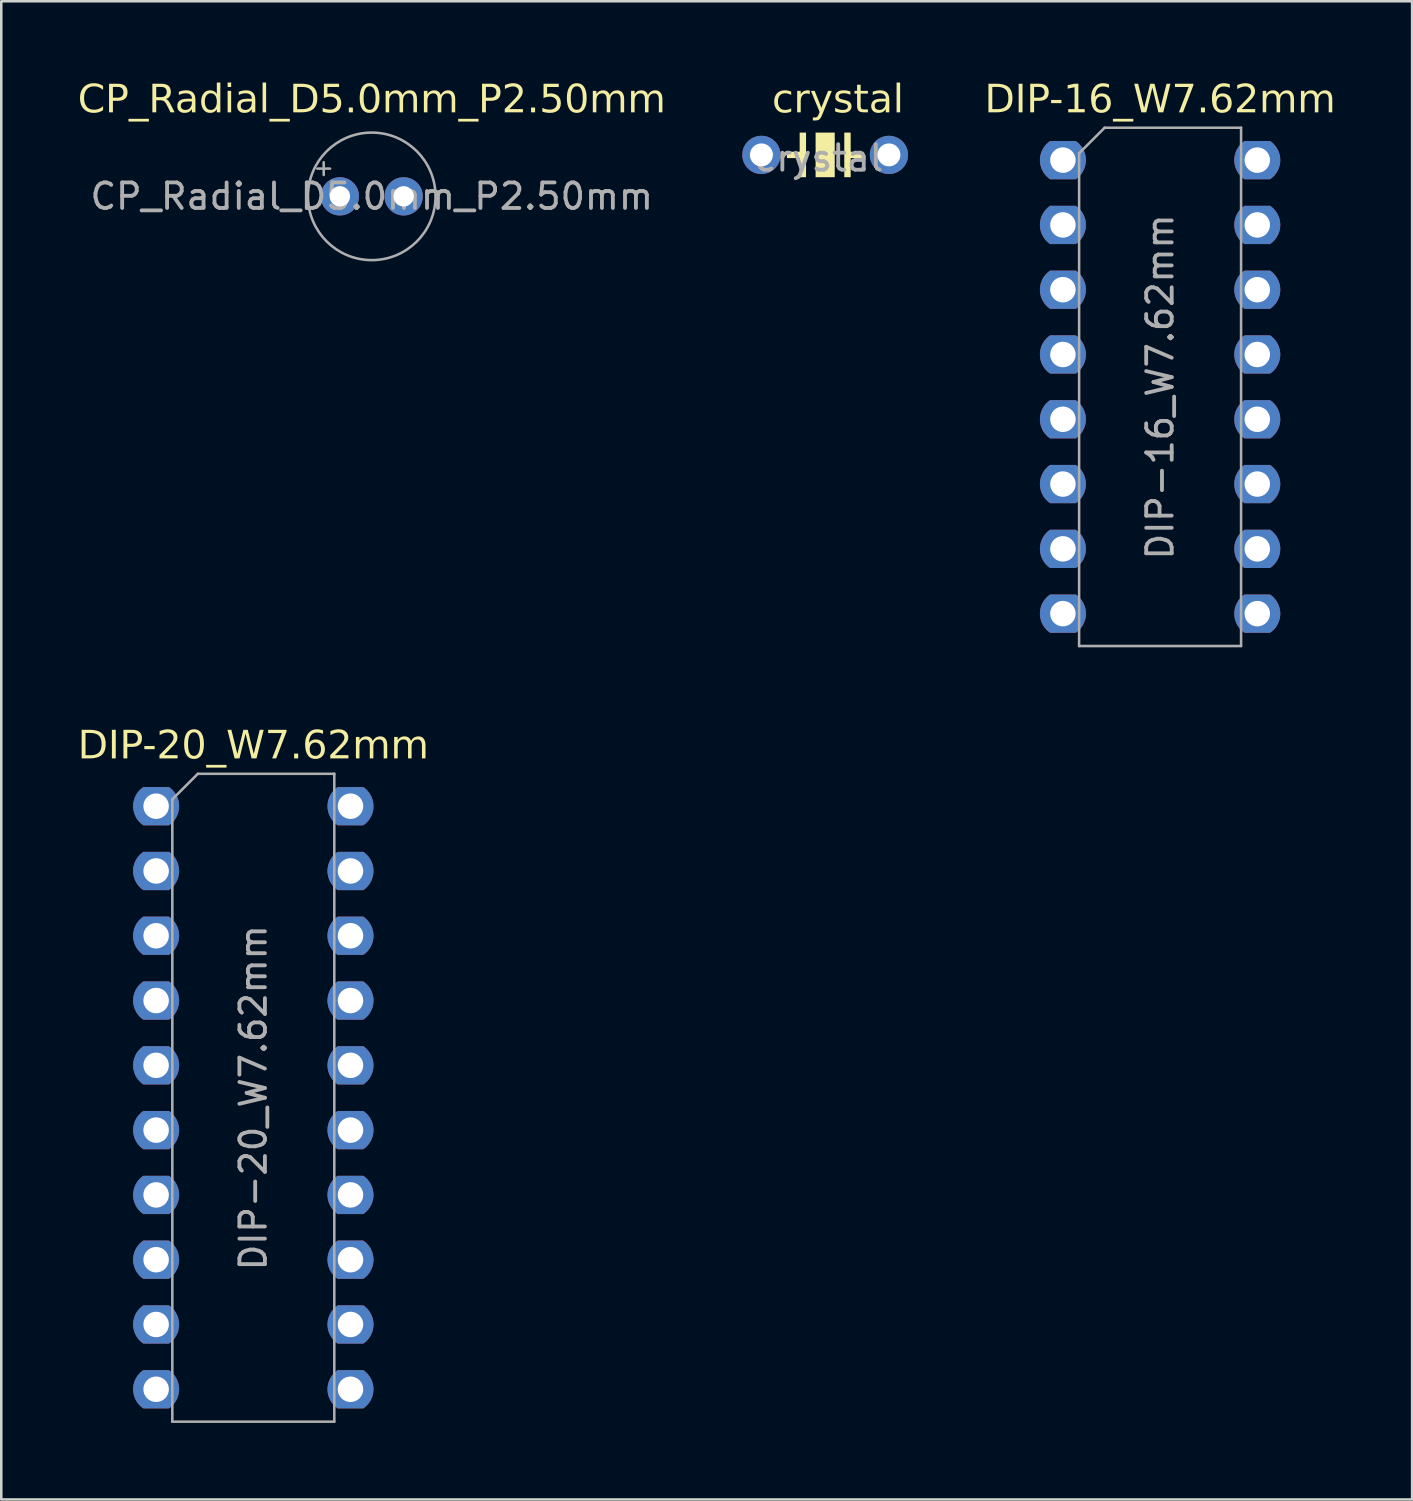
<source format=kicad_pcb>
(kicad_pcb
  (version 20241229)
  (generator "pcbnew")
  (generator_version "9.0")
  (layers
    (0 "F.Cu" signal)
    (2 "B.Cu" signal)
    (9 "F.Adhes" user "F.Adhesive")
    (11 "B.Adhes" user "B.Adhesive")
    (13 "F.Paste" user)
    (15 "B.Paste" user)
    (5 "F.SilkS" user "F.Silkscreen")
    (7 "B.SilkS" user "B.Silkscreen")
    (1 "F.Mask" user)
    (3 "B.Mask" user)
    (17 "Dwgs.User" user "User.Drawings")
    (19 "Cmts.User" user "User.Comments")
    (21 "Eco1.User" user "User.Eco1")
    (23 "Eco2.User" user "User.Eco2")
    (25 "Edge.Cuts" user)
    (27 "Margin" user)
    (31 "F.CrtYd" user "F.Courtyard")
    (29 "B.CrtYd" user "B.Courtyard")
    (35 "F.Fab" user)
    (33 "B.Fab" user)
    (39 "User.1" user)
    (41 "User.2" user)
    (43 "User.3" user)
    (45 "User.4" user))
  (footprint "DIP-16_W7.62mm"
    (layer "F.Cu")
    (at 38.622 3.228)
    (property "Reference" "DIP-16_W7.62mm" (at 3.81 -2.33 0) (layer "F.SilkS") (effects (font (face "FMD_PCB") (size 1.1 1.1) (thickness 0.15))))
    (attr through_hole)
    (fp_line (start 0.635 -0.27) (end 1.635 -1.27) (stroke (width 0.1) (type solid)) (layer "F.Fab"))
    (fp_line (start 0.635 19.05) (end 0.635 -0.27) (stroke (width 0.1) (type solid)) (layer "F.Fab"))
    (fp_line (start 1.635 -1.27) (end 6.985 -1.27) (stroke (width 0.1) (type solid)) (layer "F.Fab"))
    (fp_line (start 6.985 -1.27) (end 6.985 19.05) (stroke (width 0.1) (type solid)) (layer "F.Fab"))
    (fp_line (start 6.985 19.05) (end 0.635 19.05) (stroke (width 0.1) (type solid)) (layer "F.Fab"))
    (fp_text user "${REFERENCE}" (at 3.81 8.89 90) (layer "F.Fab") (effects (font (size 1 1) (thickness 0.15))))
    (pad "1" thru_hole custom (at 0 0) (size 1.5 1.5) (drill 1) (layers "*.Cu" "*.Mask") (options (anchor circle)) (primitives (gr_poly (pts (arc (start 0.5 0.75) (mid 0.901388 0) (end 0.5 -0.75)) (arc (start -0.5 -0.75) (mid -0.901388 0) (end -0.5 0.75))) (width 0) (fill yes))))
    (pad "2" thru_hole custom (at 0 2.54) (size 1.5 1.5) (drill 1) (layers "*.Cu" "*.Mask") (options (anchor circle)) (primitives (gr_poly (pts (arc (start 0.5 0.75) (mid 0.901388 0) (end 0.5 -0.75)) (arc (start -0.5 -0.75) (mid -0.901388 0) (end -0.5 0.75))) (width 0) (fill yes))))
    (pad "3" thru_hole custom (at 0 5.08) (size 1.5 1.5) (drill 1) (layers "*.Cu" "*.Mask") (options (anchor circle)) (primitives (gr_poly (pts (arc (start 0.5 0.75) (mid 0.901388 0) (end 0.5 -0.75)) (arc (start -0.5 -0.75) (mid -0.901388 0) (end -0.5 0.75))) (width 0) (fill yes))))
    (pad "4" thru_hole custom (at 0 7.62) (size 1.5 1.5) (drill 1) (layers "*.Cu" "*.Mask") (options (anchor circle)) (primitives (gr_poly (pts (arc (start 0.5 0.75) (mid 0.901388 0) (end 0.5 -0.75)) (arc (start -0.5 -0.75) (mid -0.901388 0) (end -0.5 0.75))) (width 0) (fill yes))))
    (pad "5" thru_hole custom (at 0 10.16) (size 1.5 1.5) (drill 1) (layers "*.Cu" "*.Mask") (options (anchor circle)) (primitives (gr_poly (pts (arc (start 0.5 0.75) (mid 0.901388 0) (end 0.5 -0.75)) (arc (start -0.5 -0.75) (mid -0.901388 0) (end -0.5 0.75))) (width 0) (fill yes))))
    (pad "6" thru_hole custom (at 0 12.7) (size 1.5 1.5) (drill 1) (layers "*.Cu" "*.Mask") (options (anchor circle)) (primitives (gr_poly (pts (arc (start 0.5 0.75) (mid 0.901388 0) (end 0.5 -0.75)) (arc (start -0.5 -0.75) (mid -0.901388 0) (end -0.5 0.75))) (width 0) (fill yes))))
    (pad "7" thru_hole custom (at 0 15.24) (size 1.5 1.5) (drill 1) (layers "*.Cu" "*.Mask") (options (anchor circle)) (primitives (gr_poly (pts (arc (start 0.5 0.75) (mid 0.901388 0) (end 0.5 -0.75)) (arc (start -0.5 -0.75) (mid -0.901388 0) (end -0.5 0.75))) (width 0) (fill yes))))
    (pad "8" thru_hole custom (at 0 17.78) (size 1.5 1.5) (drill 1) (layers "*.Cu" "*.Mask") (options (anchor circle)) (primitives (gr_poly (pts (arc (start 0.5 0.75) (mid 0.901388 0) (end 0.5 -0.75)) (arc (start -0.5 -0.75) (mid -0.901388 0) (end -0.5 0.75))) (width 0) (fill yes))))
    (pad "9" thru_hole custom (at 7.62 17.78) (size 1.5 1.5) (drill 1) (layers "*.Cu" "*.Mask") (options (anchor circle)) (primitives (gr_poly (pts (arc (start 0.5 0.75) (mid 0.901388 0) (end 0.5 -0.75)) (arc (start -0.5 -0.75) (mid -0.901388 0) (end -0.5 0.75))) (width 0) (fill yes))))
    (pad "10" thru_hole custom (at 7.62 15.24) (size 1.5 1.5) (drill 1) (layers "*.Cu" "*.Mask") (options (anchor circle)) (primitives (gr_poly (pts (arc (start 0.5 0.75) (mid 0.901388 0) (end 0.5 -0.75)) (arc (start -0.5 -0.75) (mid -0.901388 0) (end -0.5 0.75))) (width 0) (fill yes))))
    (pad "11" thru_hole custom (at 7.62 12.7) (size 1.5 1.5) (drill 1) (layers "*.Cu" "*.Mask") (options (anchor circle)) (primitives (gr_poly (pts (arc (start 0.5 0.75) (mid 0.901388 0) (end 0.5 -0.75)) (arc (start -0.5 -0.75) (mid -0.901388 0) (end -0.5 0.75))) (width 0) (fill yes))))
    (pad "12" thru_hole custom (at 7.62 10.16) (size 1.5 1.5) (drill 1) (layers "*.Cu" "*.Mask") (options (anchor circle)) (primitives (gr_poly (pts (arc (start 0.5 0.75) (mid 0.901388 0) (end 0.5 -0.75)) (arc (start -0.5 -0.75) (mid -0.901388 0) (end -0.5 0.75))) (width 0) (fill yes))))
    (pad "13" thru_hole custom (at 7.62 7.62) (size 1.5 1.5) (drill 1) (layers "*.Cu" "*.Mask") (options (anchor circle)) (primitives (gr_poly (pts (arc (start 0.5 0.75) (mid 0.901388 0) (end 0.5 -0.75)) (arc (start -0.5 -0.75) (mid -0.901388 0) (end -0.5 0.75))) (width 0) (fill yes))))
    (pad "14" thru_hole custom (at 7.62 5.08) (size 1.5 1.5) (drill 1) (layers "*.Cu" "*.Mask") (options (anchor circle)) (primitives (gr_poly (pts (arc (start 0.5 0.75) (mid 0.901388 0) (end 0.5 -0.75)) (arc (start -0.5 -0.75) (mid -0.901388 0) (end -0.5 0.75))) (width 0) (fill yes))))
    (pad "15" thru_hole custom (at 7.62 2.54) (size 1.5 1.5) (drill 1) (layers "*.Cu" "*.Mask") (options (anchor circle)) (primitives (gr_poly (pts (arc (start 0.5 0.75) (mid 0.901388 0) (end 0.5 -0.75)) (arc (start -0.5 -0.75) (mid -0.901388 0) (end -0.5 0.75))) (width 0) (fill yes))))
    (pad "16" thru_hole custom (at 7.62 0) (size 1.5 1.5) (drill 1) (layers "*.Cu" "*.Mask") (options (anchor circle)) (primitives (gr_poly (pts (arc (start 0.5 0.75) (mid 0.901388 0) (end 0.5 -0.75)) (arc (start -0.5 -0.75) (mid -0.901388 0) (end -0.5 0.75))) (width 0) (fill yes)))))
  (footprint "CP_Radial_D5.0mm_P2.50mm"
    (layer "F.Cu")
    (at 10.275 4.648)
    (property "Reference" "CP_Radial_D5.0mm_P2.50mm" (at 1.25 -3.75 0) (layer "F.SilkS") (effects (font (face "FMD_PCB") (size 1.1 1.1) (thickness 0.15))))
    (attr through_hole)
    (fp_line (start -0.884 -1.087) (end -0.384 -1.087) (stroke (width 0.1) (type solid)) (layer "F.Fab"))
    (fp_line (start -0.634 -1.337) (end -0.634 -0.838) (stroke (width 0.1) (type solid)) (layer "F.Fab"))
    (fp_circle (center 1.25 0) (end 3.75 0) (stroke (width 0.1) (type solid)) (fill no) (layer "F.Fab"))
    (fp_text user "${REFERENCE}" (at 1.25 0 0) (layer "F.Fab") (effects (font (size 1 1) (thickness 0.15))))
    (pad "1" thru_hole circle (at 0 0) (size 1.5 1.5) (drill 0.8) (layers "*.Cu" "*.Mask"))
    (pad "2" thru_hole circle (at 2.5 0) (size 1.5 1.5) (drill 0.8) (layers "*.Cu" "*.Mask")))
  (footprint "DIP-20_W7.62mm"
    (layer "F.Cu")
    (at 3.071 28.557)
    (property "Reference" "DIP-20_W7.62mm" (at 3.81 -2.33 0) (layer "F.SilkS") (effects (font (face "FMD_PCB") (size 1.1 1.1) (thickness 0.15))))
    (attr through_hole)
    (fp_line (start 0.635 -0.27) (end 1.635 -1.27) (stroke (width 0.1) (type solid)) (layer "F.Fab"))
    (fp_line (start 0.635 24.13) (end 0.635 -0.27) (stroke (width 0.1) (type solid)) (layer "F.Fab"))
    (fp_line (start 1.635 -1.27) (end 6.985 -1.27) (stroke (width 0.1) (type solid)) (layer "F.Fab"))
    (fp_line (start 6.985 -1.27) (end 6.985 24.13) (stroke (width 0.1) (type solid)) (layer "F.Fab"))
    (fp_line (start 6.985 24.13) (end 0.635 24.13) (stroke (width 0.1) (type solid)) (layer "F.Fab"))
    (fp_text user "${REFERENCE}" (at 3.81 11.43 90) (layer "F.Fab") (effects (font (size 1 1) (thickness 0.15))))
    (pad "1" thru_hole custom (at 0 0) (size 1.5 1.5) (drill 1) (layers "*.Cu" "*.Mask") (options (anchor circle)) (primitives (gr_poly (pts (arc (start 0.5 0.75) (mid 0.901388 0) (end 0.5 -0.75)) (arc (start -0.5 -0.75) (mid -0.901388 0) (end -0.5 0.75))) (width 0) (fill yes))))
    (pad "2" thru_hole custom (at 0 2.54) (size 1.5 1.5) (drill 1) (layers "*.Cu" "*.Mask") (options (anchor circle)) (primitives (gr_poly (pts (arc (start 0.5 0.75) (mid 0.901388 0) (end 0.5 -0.75)) (arc (start -0.5 -0.75) (mid -0.901388 0) (end -0.5 0.75))) (width 0) (fill yes))))
    (pad "3" thru_hole custom (at 0 5.08) (size 1.5 1.5) (drill 1) (layers "*.Cu" "*.Mask") (options (anchor circle)) (primitives (gr_poly (pts (arc (start 0.5 0.75) (mid 0.901388 0) (end 0.5 -0.75)) (arc (start -0.5 -0.75) (mid -0.901388 0) (end -0.5 0.75))) (width 0) (fill yes))))
    (pad "4" thru_hole custom (at 0 7.62) (size 1.5 1.5) (drill 1) (layers "*.Cu" "*.Mask") (options (anchor circle)) (primitives (gr_poly (pts (arc (start 0.5 0.75) (mid 0.901388 0) (end 0.5 -0.75)) (arc (start -0.5 -0.75) (mid -0.901388 0) (end -0.5 0.75))) (width 0) (fill yes))))
    (pad "5" thru_hole custom (at 0 10.16) (size 1.5 1.5) (drill 1) (layers "*.Cu" "*.Mask") (options (anchor circle)) (primitives (gr_poly (pts (arc (start 0.5 0.75) (mid 0.901388 0) (end 0.5 -0.75)) (arc (start -0.5 -0.75) (mid -0.901388 0) (end -0.5 0.75))) (width 0) (fill yes))))
    (pad "6" thru_hole custom (at 0 12.7) (size 1.5 1.5) (drill 1) (layers "*.Cu" "*.Mask") (options (anchor circle)) (primitives (gr_poly (pts (arc (start 0.5 0.75) (mid 0.901388 0) (end 0.5 -0.75)) (arc (start -0.5 -0.75) (mid -0.901388 0) (end -0.5 0.75))) (width 0) (fill yes))))
    (pad "7" thru_hole custom (at 0 15.24) (size 1.5 1.5) (drill 1) (layers "*.Cu" "*.Mask") (options (anchor circle)) (primitives (gr_poly (pts (arc (start 0.5 0.75) (mid 0.901388 0) (end 0.5 -0.75)) (arc (start -0.5 -0.75) (mid -0.901388 0) (end -0.5 0.75))) (width 0) (fill yes))))
    (pad "8" thru_hole custom (at 0 17.78) (size 1.5 1.5) (drill 1) (layers "*.Cu" "*.Mask") (options (anchor circle)) (primitives (gr_poly (pts (arc (start 0.5 0.75) (mid 0.901388 0) (end 0.5 -0.75)) (arc (start -0.5 -0.75) (mid -0.901388 0) (end -0.5 0.75))) (width 0) (fill yes))))
    (pad "9" thru_hole custom (at 0 20.32) (size 1.5 1.5) (drill 1) (layers "*.Cu" "*.Mask") (options (anchor circle)) (primitives (gr_poly (pts (arc (start 0.5 0.75) (mid 0.901388 0) (end 0.5 -0.75)) (arc (start -0.5 -0.75) (mid -0.901388 0) (end -0.5 0.75))) (width 0) (fill yes))))
    (pad "10" thru_hole custom (at 0 22.86) (size 1.5 1.5) (drill 1) (layers "*.Cu" "*.Mask") (options (anchor circle)) (primitives (gr_poly (pts (arc (start 0.5 0.75) (mid 0.901388 0) (end 0.5 -0.75)) (arc (start -0.5 -0.75) (mid -0.901388 0) (end -0.5 0.75))) (width 0) (fill yes))))
    (pad "11" thru_hole custom (at 7.62 22.86) (size 1.5 1.5) (drill 1) (layers "*.Cu" "*.Mask") (options (anchor circle)) (primitives (gr_poly (pts (arc (start 0.5 0.75) (mid 0.901388 0) (end 0.5 -0.75)) (arc (start -0.5 -0.75) (mid -0.901388 0) (end -0.5 0.75))) (width 0) (fill yes))))
    (pad "12" thru_hole custom (at 7.62 20.32) (size 1.5 1.5) (drill 1) (layers "*.Cu" "*.Mask") (options (anchor circle)) (primitives (gr_poly (pts (arc (start 0.5 0.75) (mid 0.901388 0) (end 0.5 -0.75)) (arc (start -0.5 -0.75) (mid -0.901388 0) (end -0.5 0.75))) (width 0) (fill yes))))
    (pad "13" thru_hole custom (at 7.62 17.78) (size 1.5 1.5) (drill 1) (layers "*.Cu" "*.Mask") (options (anchor circle)) (primitives (gr_poly (pts (arc (start 0.5 0.75) (mid 0.901388 0) (end 0.5 -0.75)) (arc (start -0.5 -0.75) (mid -0.901388 0) (end -0.5 0.75))) (width 0) (fill yes))))
    (pad "14" thru_hole custom (at 7.62 15.24) (size 1.5 1.5) (drill 1) (layers "*.Cu" "*.Mask") (options (anchor circle)) (primitives (gr_poly (pts (arc (start 0.5 0.75) (mid 0.901388 0) (end 0.5 -0.75)) (arc (start -0.5 -0.75) (mid -0.901388 0) (end -0.5 0.75))) (width 0) (fill yes))))
    (pad "15" thru_hole custom (at 7.62 12.7) (size 1.5 1.5) (drill 1) (layers "*.Cu" "*.Mask") (options (anchor circle)) (primitives (gr_poly (pts (arc (start 0.5 0.75) (mid 0.901388 0) (end 0.5 -0.75)) (arc (start -0.5 -0.75) (mid -0.901388 0) (end -0.5 0.75))) (width 0) (fill yes))))
    (pad "16" thru_hole custom (at 7.62 10.16) (size 1.5 1.5) (drill 1) (layers "*.Cu" "*.Mask") (options (anchor circle)) (primitives (gr_poly (pts (arc (start 0.5 0.75) (mid 0.901388 0) (end 0.5 -0.75)) (arc (start -0.5 -0.75) (mid -0.901388 0) (end -0.5 0.75))) (width 0) (fill yes))))
    (pad "17" thru_hole custom (at 7.62 7.62) (size 1.5 1.5) (drill 1) (layers "*.Cu" "*.Mask") (options (anchor circle)) (primitives (gr_poly (pts (arc (start 0.5 0.75) (mid 0.901388 0) (end 0.5 -0.75)) (arc (start -0.5 -0.75) (mid -0.901388 0) (end -0.5 0.75))) (width 0) (fill yes))))
    (pad "18" thru_hole custom (at 7.62 5.08) (size 1.5 1.5) (drill 1) (layers "*.Cu" "*.Mask") (options (anchor circle)) (primitives (gr_poly (pts (arc (start 0.5 0.75) (mid 0.901388 0) (end 0.5 -0.75)) (arc (start -0.5 -0.75) (mid -0.901388 0) (end -0.5 0.75))) (width 0) (fill yes))))
    (pad "19" thru_hole custom (at 7.62 2.54) (size 1.5 1.5) (drill 1) (layers "*.Cu" "*.Mask") (options (anchor circle)) (primitives (gr_poly (pts (arc (start 0.5 0.75) (mid 0.901388 0) (end 0.5 -0.75)) (arc (start -0.5 -0.75) (mid -0.901388 0) (end -0.5 0.75))) (width 0) (fill yes))))
    (pad "20" thru_hole custom (at 7.62 0) (size 1.5 1.5) (drill 1) (layers "*.Cu" "*.Mask") (options (anchor circle)) (primitives (gr_poly (pts (arc (start 0.5 0.75) (mid 0.901388 0) (end 0.5 -0.75)) (arc (start -0.5 -0.75) (mid -0.901388 0) (end -0.5 0.75))) (width 0) (fill yes)))))
  (footprint "crystal"
    (layer "F.Cu")
    (at 26.801 3.023)
    (property "Reference" "crystal" (at 3 -2.125 0) (unlocked yes) (layer "F.SilkS") (effects (font (face "FMD_PCB") (size 1.1 1.1) (thickness 0.1))))
    (attr through_hole)
    (fp_rect (start 2.125 -0.875) (end 2.875 0.875) (stroke (width 0) (type solid)) (fill yes) (layer "F.SilkS"))
    (fp_poly (pts (xy 1.75 0.875) (xy 1.5 0.875) (xy 1.5 0.125) (xy 1 0.125) (xy 1 -0.125) (xy 1.5 -0.125) (xy 1.5 -0.875) (xy 1.75 -0.875)) (stroke (width 0) (type solid)) (fill yes) (layer "F.SilkS"))
    (fp_poly (pts (xy 3.25 -0.875) (xy 3.5 -0.875) (xy 3.5 -0.125) (xy 4 -0.125) (xy 4 0.125) (xy 3.5 0.125) (xy 3.5 0.875) (xy 3.25 0.875)) (stroke (width 0) (type solid)) (fill yes) (layer "F.SilkS"))
    (fp_text user "${REFERENCE}" (at 2.25 0.125 0) (unlocked yes) (layer "F.Fab") (effects (font (size 1 1) (thickness 0.15))))
    (pad "1" thru_hole circle (at 0 0) (size 1.5 1.5) (drill 0.9) (layers "*.Cu" "*.Mask"))
    (pad "2" thru_hole circle (at 5 0) (size 1.5 1.5) (drill 0.9) (layers "*.Cu" "*.Mask")))
  (gr_rect
    (start -3 -3)
    (end 52.313 55.737)
    (stroke (width 0.1) (type default))
    (fill no)
    (layer "Edge.Cuts")))
</source>
